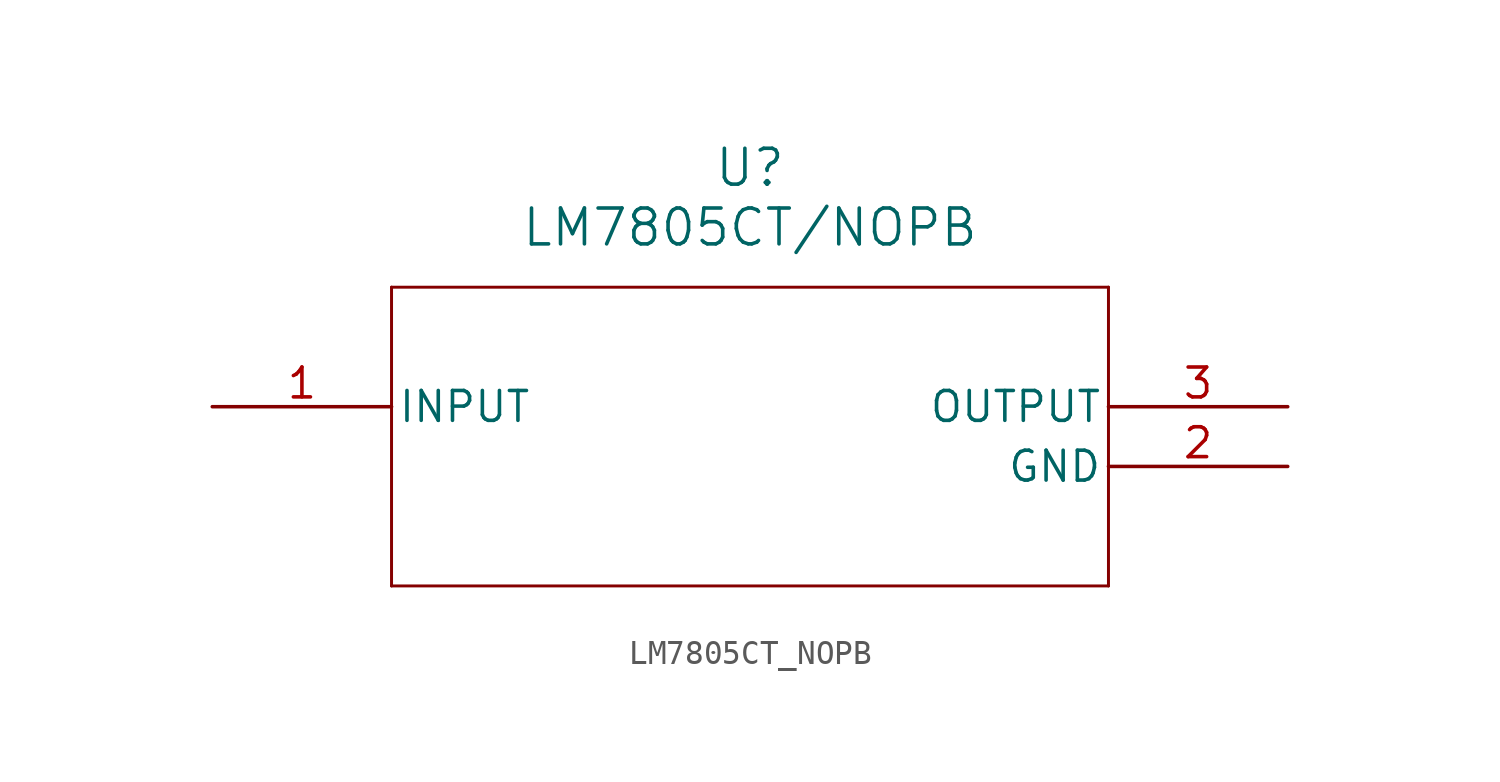
<source format=kicad_sym>
(kicad_symbol_lib
  (version 20241209)
  (generator "kicad_symbol_editor")
  (generator_version "9.0")
  (symbol "LM7805CT_NOPB"
    (pin_names
      (offset 0.254))
    (property "Reference" "U"
      (at 22.86 10.16 0)
      (effects (font (size 1.524 1.524))))
    (property "Value" "LM7805CT/NOPB"
      (at 22.86 7.62 0)
      (effects (font (size 1.524 1.524))))
    (property "ki_locked" ""
      (at 0 0 0)
      (effects (font (size 1.27 1.27))))
    (symbol "LM7805CT_NOPB_0_1"
      (polyline (pts (xy 7.62 5.08) (xy 7.62 -7.62)) (stroke (width 0.127) (type default)) (fill (type none)))
      (polyline (pts (xy 7.62 -7.62) (xy 38.1 -7.62)) (stroke (width 0.127) (type default)) (fill (type none)))
      (polyline (pts (xy 38.1 5.08) (xy 7.62 5.08)) (stroke (width 0.127) (type default)) (fill (type none)))
      (polyline (pts (xy 38.1 -7.62) (xy 38.1 5.08)) (stroke (width 0.127) (type default)) (fill (type none)))
      (pin input line (at 0 0 0) (length 7.62) (name "INPUT" (effects (font (size 1.27 1.27)))) (number "1" (effects (font (size 1.27 1.27)))))
      (pin output line (at 45.72 0 180) (length 7.62) (name "OUTPUT" (effects (font (size 1.27 1.27)))) (number "3" (effects (font (size 1.27 1.27)))))
      (pin power_in line (at 45.72 -2.54 180) (length 7.62) (name "GND" (effects (font (size 1.27 1.27)))) (number "2" (effects (font (size 1.27 1.27))))))))
</source>
